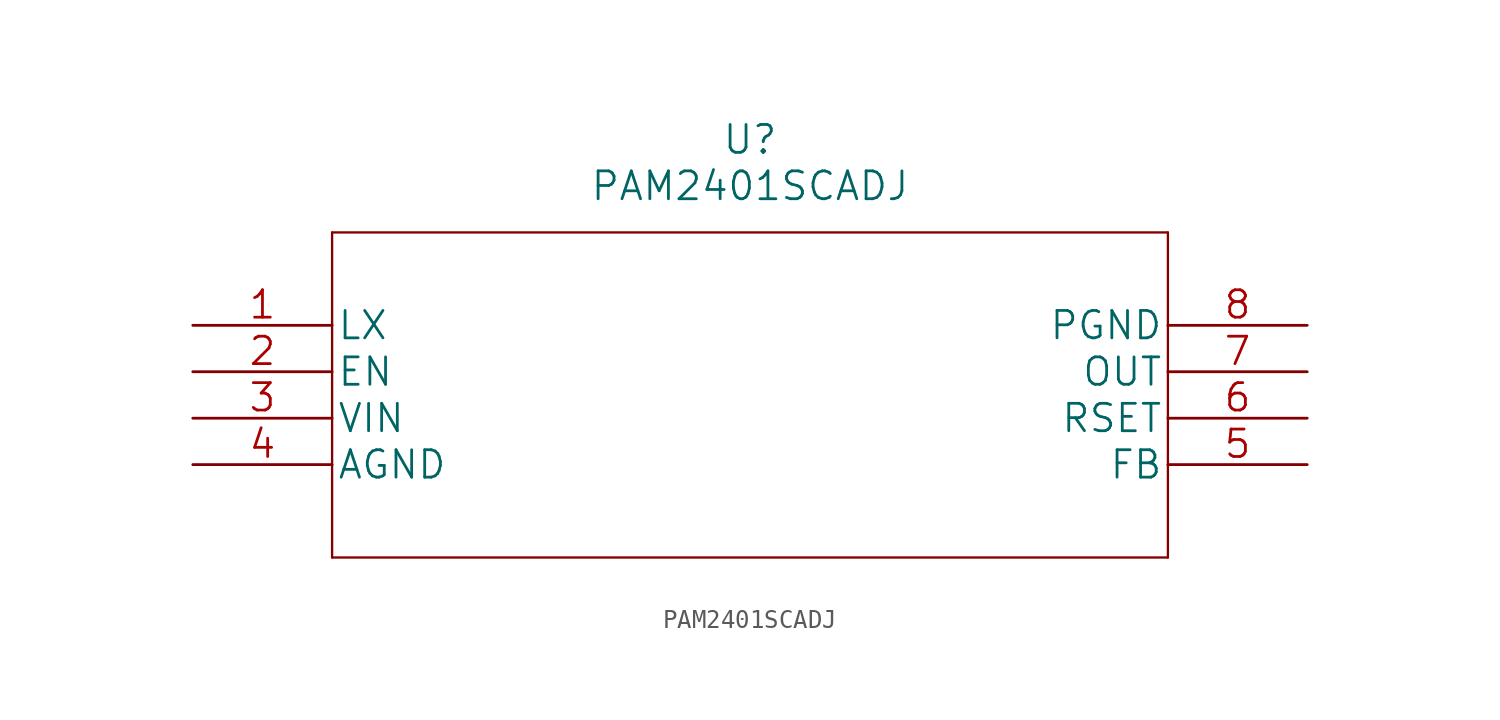
<source format=kicad_sym>
(kicad_symbol_lib
  (version 20220914)
  (generator kicad_symbol_editor)
  (symbol "PAM2401SCADJ"
    (pin_names
      (offset 0.254))
    (property "Reference" "U"
      (at 30.48 10.16 0)
      (effects (font (size 1.524 1.524))))
    (property "Value" "PAM2401SCADJ"
      (at 30.48 7.62 0)
      (effects (font (size 1.524 1.524))))
    (property "Datasheet" ""
      (at 0 0 0)
      (effects (font (size 1.524 1.524))))
    (symbol "PAM2401SCADJ_1_1"
      (polyline (pts (xy 7.62 -12.7) (xy 53.34 -12.7)) (stroke (width 0.127) (type default)) (fill (type none)))
      (polyline (pts (xy 7.62 5.08) (xy 7.62 -12.7)) (stroke (width 0.127) (type default)) (fill (type none)))
      (polyline (pts (xy 53.34 -12.7) (xy 53.34 5.08)) (stroke (width 0.127) (type default)) (fill (type none)))
      (polyline (pts (xy 53.34 5.08) (xy 7.62 5.08)) (stroke (width 0.127) (type default)) (fill (type none)))
      (pin unspecified line (at 0 0 0) (length 7.62) (name "LX" (effects (font (size 1.499 1.499)))) (number "1" (effects (font (size 1.499 1.499)))))
      (pin unspecified line (at 0 -2.54 0) (length 7.62) (name "EN" (effects (font (size 1.499 1.499)))) (number "2" (effects (font (size 1.499 1.499)))))
      (pin input line (at 0 -5.08 0) (length 7.62) (name "VIN" (effects (font (size 1.499 1.499)))) (number "3" (effects (font (size 1.499 1.499)))))
      (pin power_in line (at 0 -7.62 0) (length 7.62) (name "AGND" (effects (font (size 1.499 1.499)))) (number "4" (effects (font (size 1.499 1.499)))))
      (pin unspecified line (at 60.96 -7.62 180) (length 7.62) (name "FB" (effects (font (size 1.499 1.499)))) (number "5" (effects (font (size 1.499 1.499)))))
      (pin unspecified line (at 60.96 -5.08 180) (length 7.62) (name "RSET" (effects (font (size 1.499 1.499)))) (number "6" (effects (font (size 1.499 1.499)))))
      (pin output line (at 60.96 -2.54 180) (length 7.62) (name "OUT" (effects (font (size 1.499 1.499)))) (number "7" (effects (font (size 1.499 1.499)))))
      (pin power_in line (at 60.96 0 180) (length 7.62) (name "PGND" (effects (font (size 1.499 1.499)))) (number "8" (effects (font (size 1.499 1.499))))))))
</source>
